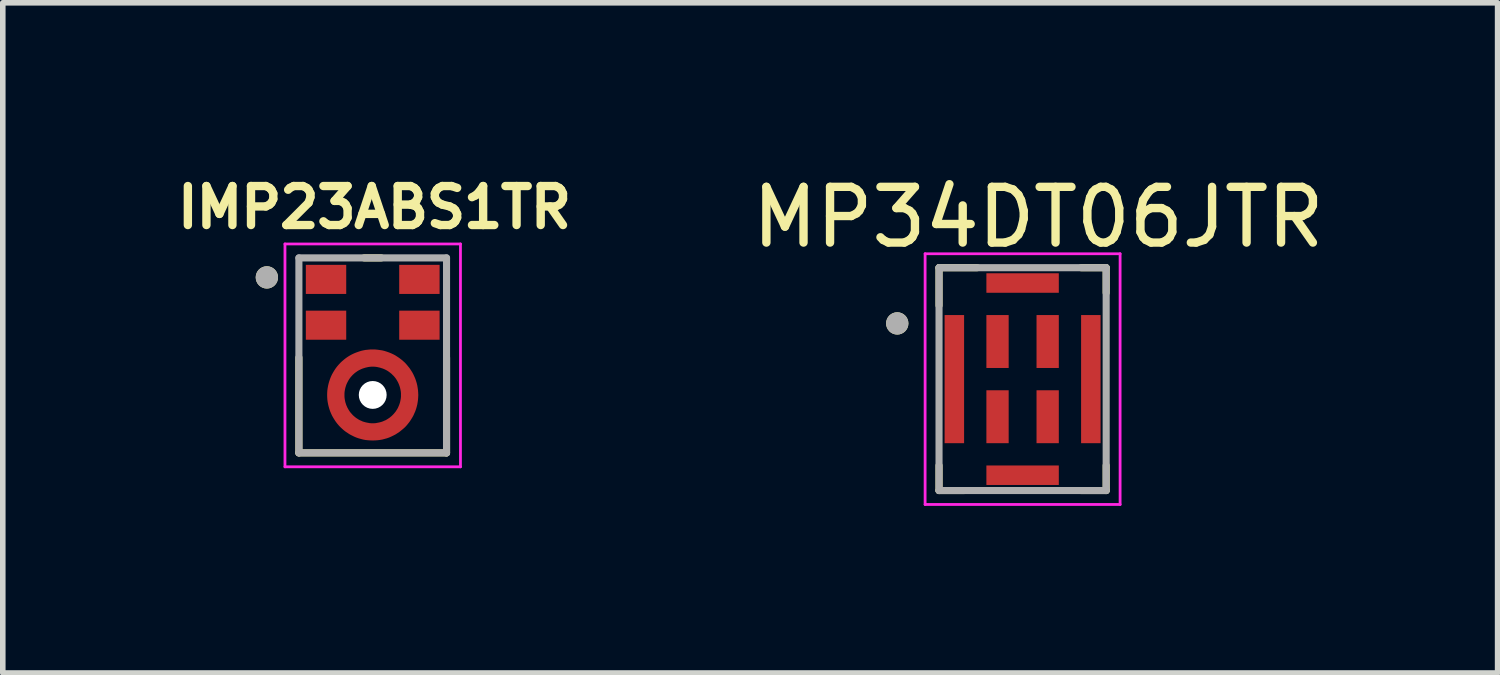
<source format=kicad_pcb>
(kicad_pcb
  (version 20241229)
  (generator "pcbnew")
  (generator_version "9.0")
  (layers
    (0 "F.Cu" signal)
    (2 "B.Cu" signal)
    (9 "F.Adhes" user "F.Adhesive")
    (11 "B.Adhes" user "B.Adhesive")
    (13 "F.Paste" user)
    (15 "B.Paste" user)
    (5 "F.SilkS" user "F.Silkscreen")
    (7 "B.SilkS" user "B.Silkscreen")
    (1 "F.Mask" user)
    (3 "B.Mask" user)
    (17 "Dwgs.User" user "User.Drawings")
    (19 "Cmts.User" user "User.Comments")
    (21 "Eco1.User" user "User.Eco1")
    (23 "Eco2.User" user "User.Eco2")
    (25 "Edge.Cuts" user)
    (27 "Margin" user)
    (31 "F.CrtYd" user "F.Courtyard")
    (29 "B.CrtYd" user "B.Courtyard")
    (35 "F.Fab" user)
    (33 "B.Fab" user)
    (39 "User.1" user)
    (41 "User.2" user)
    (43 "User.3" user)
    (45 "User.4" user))
  (footprint "MP34DT06JTR"
    (layer "F.Cu")
    (at 15.305 3.755)
    (property "Reference" "MP34DT06JTR" (at 0.282 -2.906 0) (layer "F.SilkS") (effects (font (size 1 1) (thickness 0.15))))
    (attr smd)
    (fp_line (start -1.5 -2) (end -1.5 -1.321) (stroke (width 0.127) (type solid)) (layer "F.SilkS"))
    (fp_line (start -1.5 2) (end -1.5 1.55) (stroke (width 0.127) (type solid)) (layer "F.SilkS"))
    (fp_line (start -1.5 2) (end -1.05 2) (stroke (width 0.127) (type solid)) (layer "F.SilkS"))
    (fp_line (start -0.813 -2) (end -1.5 -2) (stroke (width 0.127) (type solid)) (layer "F.SilkS"))
    (fp_line (start 1.05 -2) (end 1.5 -2) (stroke (width 0.127) (type solid)) (layer "F.SilkS"))
    (fp_line (start 1.5 -2) (end 1.5 -1.55) (stroke (width 0.127) (type solid)) (layer "F.SilkS"))
    (fp_line (start 1.5 2) (end 1.05 2) (stroke (width 0.127) (type solid)) (layer "F.SilkS"))
    (fp_line (start 1.5 2) (end 1.5 1.55) (stroke (width 0.127) (type solid)) (layer "F.SilkS"))
    (fp_circle (center -2.25 -1) (end -2.15 -1) (stroke (width 0.2) (type solid)) (fill no) (layer "F.SilkS"))
    (fp_line (start -1.75 -2.25) (end -1.75 2.25) (stroke (width 0.05) (type solid)) (layer "F.CrtYd"))
    (fp_line (start -1.75 2.25) (end 1.75 2.25) (stroke (width 0.05) (type solid)) (layer "F.CrtYd"))
    (fp_line (start 1.75 -2.25) (end -1.75 -2.25) (stroke (width 0.05) (type solid)) (layer "F.CrtYd"))
    (fp_line (start 1.75 2.25) (end 1.75 -2.25) (stroke (width 0.05) (type solid)) (layer "F.CrtYd"))
    (fp_line (start -1.5 -2) (end 1.5 -2) (stroke (width 0.127) (type solid)) (layer "F.Fab"))
    (fp_line (start -1.5 2) (end -1.5 -2) (stroke (width 0.127) (type solid)) (layer "F.Fab"))
    (fp_line (start 1.5 -2) (end 1.5 2) (stroke (width 0.127) (type solid)) (layer "F.Fab"))
    (fp_line (start 1.5 2) (end -1.5 2) (stroke (width 0.127) (type solid)) (layer "F.Fab"))
    (fp_circle (center -2.25 -1) (end -2.15 -1) (stroke (width 0.2) (type solid)) (fill no) (layer "F.Fab"))
    (pad "1" smd rect (at -0.45 -0.675 180) (size 0.4 0.95) (layers "F.Cu" "F.Mask" "F.Paste"))
    (pad "2" smd rect (at -0.45 0.675 180) (size 0.4 0.95) (layers "F.Cu" "F.Mask" "F.Paste"))
    (pad "3" smd rect (at 0.45 0.675 180) (size 0.4 0.95) (layers "F.Cu" "F.Mask" "F.Paste"))
    (pad "4" smd rect (at 0.45 -0.675 180) (size 0.4 0.95) (layers "F.Cu" "F.Mask" "F.Paste"))
    (pad "5" smd rect (at 1.225 0 180) (size 0.35 2.3) (layers "F.Cu" "F.Mask" "F.Paste"))
    (pad "6" smd rect (at 0 -1.725 180) (size 1.3 0.35) (layers "F.Cu" "F.Mask" "F.Paste"))
    (pad "7" smd rect (at -1.225 0 180) (size 0.35 2.3) (layers "F.Cu" "F.Mask" "F.Paste"))
    (pad "8" smd rect (at 0 1.725 180) (size 1.3 0.35) (layers "F.Cu" "F.Mask" "F.Paste")))
  (footprint "IMP23ABS1TR"
    (layer "F.Cu")
    (at 3.64 3.329)
    (property "Reference" "IMP23ABS1TR" (at 0.032 -2.656 0) (layer "F.SilkS") (effects (font (size 0.7 0.7) (thickness 0.15))))
    (attr smd)
    (fp_circle (center 0 0.71) (end 0.456 0.71) (stroke (width 0.912) (type solid)) (fill no) (layer "F.Mask"))
    (fp_line (start -1.325 1.75) (end -1.325 0.039) (stroke (width 0.127) (type solid)) (layer "F.SilkS"))
    (fp_line (start -0.155 -1.75) (end 0.155 -1.75) (stroke (width 0.127) (type solid)) (layer "F.SilkS"))
    (fp_line (start 1.325 0.039) (end 1.325 1.75) (stroke (width 0.127) (type solid)) (layer "F.SilkS"))
    (fp_line (start 1.325 1.75) (end -1.325 1.75) (stroke (width 0.127) (type solid)) (layer "F.SilkS"))
    (fp_circle (center -1.9 -1.4) (end -1.8 -1.4) (stroke (width 0.2) (type solid)) (fill no) (layer "F.SilkS"))
    (fp_poly (pts (xy -1.157 -1.594) (xy -0.517 -1.594) (xy -0.517 -1.134) (xy -1.157 -1.134)) (stroke (width 0.01) (type solid)) (fill yes) (layer "F.Paste"))
    (fp_poly (pts (xy -1.157 -0.772) (xy -0.517 -0.772) (xy -0.517 -0.312) (xy -1.157 -0.312)) (stroke (width 0.01) (type solid)) (fill yes) (layer "F.Paste"))
    (fp_poly (pts (xy 0.517 -1.594) (xy 1.157 -1.594) (xy 1.157 -1.134) (xy 0.517 -1.134)) (stroke (width 0.01) (type solid)) (fill yes) (layer "F.Paste"))
    (fp_poly (pts (xy 0.517 -0.772) (xy 1.157 -0.772) (xy 1.157 -0.312) (xy 0.517 -0.312)) (stroke (width 0.01) (type solid)) (fill yes) (layer "F.Paste"))
    (fp_poly (pts (xy -0.15 -0.087) (xy -0.15 0.222) (xy -0.172 0.229) (xy -0.192 0.236) (xy -0.212 0.244) (xy -0.232 0.253) (xy -0.252 0.263) (xy -0.27 0.274) (xy -0.289 0.286) (xy -0.307 0.298) (xy -0.324 0.311) (xy -0.341 0.325) (xy -0.357 0.34) (xy -0.372 0.355) (xy -0.387 0.371) (xy -0.401 0.388) (xy -0.415 0.405) (xy -0.427 0.423) (xy -0.439 0.441) (xy -0.45 0.46) (xy -0.46 0.479) (xy -0.469 0.499) (xy -0.478 0.519) (xy -0.485 0.54) (xy -0.492 0.56) (xy -0.498 0.581) (xy -0.503 0.603) (xy -0.506 0.624) (xy -0.509 0.646) (xy -0.511 0.667) (xy -0.512 0.689) (xy -0.512 0.71) (xy -0.512 0.731) (xy -0.511 0.753) (xy -0.509 0.774) (xy -0.506 0.796) (xy -0.503 0.817) (xy -0.498 0.839) (xy -0.492 0.86) (xy -0.485 0.88) (xy -0.478 0.901) (xy -0.469 0.921) (xy -0.46 0.941) (xy -0.45 0.96) (xy -0.439 0.979) (xy -0.427 0.997) (xy -0.415 1.015) (xy -0.401 1.032) (xy -0.387 1.049) (xy -0.372 1.065) (xy -0.357 1.08) (xy -0.341 1.095) (xy -0.324 1.109) (xy -0.307 1.122) (xy -0.289 1.134) (xy -0.27 1.146) (xy -0.252 1.157) (xy -0.232 1.167) (xy -0.212 1.176) (xy -0.192 1.184) (xy -0.172 1.191) (xy -0.15 1.198) (xy -0.15 1.507) (xy -0.183 1.5) (xy -0.22 1.491) (xy -0.255 1.48) (xy -0.291 1.468) (xy -0.326 1.454) (xy -0.36 1.438) (xy -0.393 1.421) (xy -0.426 1.402) (xy -0.457 1.382) (xy -0.488 1.36) (xy -0.517 1.337) (xy -0.546 1.313) (xy -0.573 1.287) (xy -0.599 1.26) (xy -0.624 1.232) (xy -0.647 1.203) (xy -0.669 1.172) (xy -0.69 1.141) (xy -0.709 1.109) (xy -0.727 1.076) (xy -0.743 1.042) (xy -0.757 1.007) (xy -0.77 0.972) (xy -0.781 0.936) (xy -0.791 0.9) (xy -0.799 0.863) (xy -0.805 0.826) (xy -0.809 0.789) (xy -0.812 0.751) (xy -0.813 0.71) (xy -0.812 0.669) (xy -0.809 0.631) (xy -0.805 0.594) (xy -0.799 0.557) (xy -0.791 0.52) (xy -0.781 0.484) (xy -0.77 0.448) (xy -0.757 0.413) (xy -0.743 0.378) (xy -0.727 0.344) (xy -0.709 0.311) (xy -0.69 0.279) (xy -0.669 0.248) (xy -0.647 0.217) (xy -0.624 0.188) (xy -0.599 0.16) (xy -0.573 0.133) (xy -0.546 0.107) (xy -0.517 0.083) (xy -0.488 0.06) (xy -0.457 0.038) (xy -0.426 0.018) (xy -0.393 -0.001) (xy -0.36 -0.018) (xy -0.326 -0.034) (xy -0.291 -0.048) (xy -0.255 -0.06) (xy -0.22 -0.071) (xy -0.183 -0.08) (xy -0.15 -0.087)) (stroke (width 0.01) (type solid)) (fill yes) (layer "F.Paste"))
    (fp_poly (pts (xy 0.15 -0.087) (xy 0.15 0.222) (xy 0.172 0.229) (xy 0.192 0.236) (xy 0.212 0.244) (xy 0.232 0.253) (xy 0.252 0.263) (xy 0.27 0.274) (xy 0.289 0.286) (xy 0.307 0.298) (xy 0.324 0.311) (xy 0.341 0.325) (xy 0.357 0.34) (xy 0.372 0.355) (xy 0.387 0.371) (xy 0.401 0.388) (xy 0.415 0.405) (xy 0.427 0.423) (xy 0.439 0.441) (xy 0.45 0.46) (xy 0.46 0.479) (xy 0.469 0.499) (xy 0.478 0.519) (xy 0.485 0.54) (xy 0.492 0.56) (xy 0.498 0.581) (xy 0.503 0.603) (xy 0.506 0.624) (xy 0.509 0.646) (xy 0.511 0.667) (xy 0.512 0.689) (xy 0.512 0.71) (xy 0.512 0.731) (xy 0.511 0.753) (xy 0.509 0.774) (xy 0.506 0.796) (xy 0.503 0.817) (xy 0.498 0.839) (xy 0.492 0.86) (xy 0.485 0.88) (xy 0.478 0.901) (xy 0.469 0.921) (xy 0.46 0.941) (xy 0.45 0.96) (xy 0.439 0.979) (xy 0.427 0.997) (xy 0.415 1.015) (xy 0.401 1.032) (xy 0.387 1.049) (xy 0.372 1.065) (xy 0.357 1.08) (xy 0.341 1.095) (xy 0.324 1.109) (xy 0.307 1.122) (xy 0.289 1.134) (xy 0.27 1.146) (xy 0.252 1.157) (xy 0.232 1.167) (xy 0.212 1.176) (xy 0.192 1.184) (xy 0.172 1.191) (xy 0.15 1.198) (xy 0.15 1.507) (xy 0.183 1.5) (xy 0.22 1.491) (xy 0.255 1.48) (xy 0.291 1.468) (xy 0.326 1.454) (xy 0.36 1.438) (xy 0.393 1.421) (xy 0.426 1.402) (xy 0.457 1.382) (xy 0.488 1.36) (xy 0.517 1.337) (xy 0.546 1.313) (xy 0.573 1.287) (xy 0.599 1.26) (xy 0.624 1.232) (xy 0.647 1.203) (xy 0.669 1.172) (xy 0.69 1.141) (xy 0.709 1.109) (xy 0.727 1.076) (xy 0.743 1.042) (xy 0.757 1.007) (xy 0.77 0.972) (xy 0.781 0.936) (xy 0.791 0.9) (xy 0.799 0.863) (xy 0.805 0.826) (xy 0.809 0.789) (xy 0.812 0.751) (xy 0.813 0.71) (xy 0.812 0.669) (xy 0.809 0.631) (xy 0.805 0.594) (xy 0.799 0.557) (xy 0.791 0.52) (xy 0.781 0.484) (xy 0.77 0.448) (xy 0.757 0.413) (xy 0.743 0.378) (xy 0.727 0.344) (xy 0.709 0.311) (xy 0.69 0.279) (xy 0.669 0.248) (xy 0.647 0.217) (xy 0.624 0.188) (xy 0.599 0.16) (xy 0.573 0.133) (xy 0.546 0.107) (xy 0.517 0.083) (xy 0.488 0.06) (xy 0.457 0.038) (xy 0.426 0.018) (xy 0.393 -0.001) (xy 0.36 -0.018) (xy 0.326 -0.034) (xy 0.291 -0.048) (xy 0.255 -0.06) (xy 0.22 -0.071) (xy 0.183 -0.08) (xy 0.15 -0.087)) (stroke (width 0.01) (type solid)) (fill yes) (layer "F.Paste"))
    (fp_line (start -1.575 -2) (end 1.575 -2) (stroke (width 0.05) (type solid)) (layer "F.CrtYd"))
    (fp_line (start -1.575 2) (end -1.575 -2) (stroke (width 0.05) (type solid)) (layer "F.CrtYd"))
    (fp_line (start 1.575 -2) (end 1.575 2) (stroke (width 0.05) (type solid)) (layer "F.CrtYd"))
    (fp_line (start 1.575 2) (end -1.575 2) (stroke (width 0.05) (type solid)) (layer "F.CrtYd"))
    (fp_line (start -1.325 -1.75) (end 1.325 -1.75) (stroke (width 0.127) (type solid)) (layer "F.Fab"))
    (fp_line (start -1.325 1.75) (end -1.325 -1.75) (stroke (width 0.127) (type solid)) (layer "F.Fab"))
    (fp_line (start 1.325 -1.75) (end 1.325 1.75) (stroke (width 0.127) (type solid)) (layer "F.Fab"))
    (fp_line (start 1.325 1.75) (end -1.325 1.75) (stroke (width 0.127) (type solid)) (layer "F.Fab"))
    (fp_circle (center -1.9 -1.4) (end -1.8 -1.4) (stroke (width 0.2) (type solid)) (fill no) (layer "F.Fab"))
    (pad "" np_thru_hole circle (at 0 0.71) (size 0.5 0.5) (drill 0.5) (layers "*.Cu" "*.Mask"))
    (pad "1" smd rect (at -0.838 -1.364) (size 0.725 0.522) (layers "F.Cu" "F.Mask"))
    (pad "2" smd rect (at -0.838 -0.542) (size 0.725 0.522) (layers "F.Cu" "F.Mask"))
    (pad "3" smd custom (at 0 1.373) (size 0.1 0.1) (layers "F.Cu") (options (anchor rect)) (primitives (gr_poly (pts (xy -0.813 -0.66) (xy -0.512 -0.659) (xy -0.512 -0.634) (xy -0.51 -0.608) (xy -0.506 -0.582) (xy -0.501 -0.554) (xy -0.495 -0.528) (xy -0.487 -0.503) (xy -0.479 -0.478) (xy -0.468 -0.454) (xy -0.457 -0.429) (xy -0.444 -0.406) (xy -0.43 -0.383) (xy -0.415 -0.36) (xy -0.399 -0.34) (xy -0.381 -0.32) (xy -0.363 -0.299) (xy -0.343 -0.281) (xy -0.323 -0.264) (xy -0.302 -0.247) (xy -0.28 -0.233) (xy -0.257 -0.218) (xy -0.233 -0.205) (xy -0.209 -0.195) (xy -0.184 -0.183) (xy -0.159 -0.175) (xy -0.134 -0.168) (xy -0.108 -0.162) (xy -0.081 -0.157) (xy -0.055 -0.152) (xy -0.028 -0.15) (xy 0 -0.15) (xy 0.027 -0.15) (xy 0.054 -0.152) (xy 0.08 -0.157) (xy 0.107 -0.162) (xy 0.133 -0.168) (xy 0.158 -0.175) (xy 0.184 -0.184) (xy 0.208 -0.195) (xy 0.233 -0.205) (xy 0.256 -0.218) (xy 0.279 -0.233) (xy 0.301 -0.247) (xy 0.323 -0.265) (xy 0.343 -0.281) (xy 0.362 -0.3) (xy 0.381 -0.32) (xy 0.398 -0.34) (xy 0.415 -0.361) (xy 0.43 -0.384) (xy 0.444 -0.406) (xy 0.457 -0.429) (xy 0.468 -0.455) (xy 0.478 -0.478) (xy 0.487 -0.504) (xy 0.495 -0.529) (xy 0.501 -0.555) (xy 0.506 -0.583) (xy 0.51 -0.609) (xy 0.512 -0.635) (xy 0.512 -0.662) (xy 0.512 -0.69) (xy 0.51 -0.717) (xy 0.506 -0.743) (xy 0.501 -0.769) (xy 0.495 -0.795) (xy 0.487 -0.821) (xy 0.478 -0.847) (xy 0.468 -0.871) (xy 0.457 -0.895) (xy 0.444 -0.918) (xy 0.43 -0.942) (xy 0.415 -0.964) (xy 0.398 -0.986) (xy 0.381 -1.006) (xy 0.362 -1.024) (xy 0.343 -1.044) (xy 0.323 -1.06) (xy 0.301 -1.077) (xy 0.279 -1.093) (xy 0.256 -1.107) (xy 0.233 -1.119) (xy 0.208 -1.131) (xy 0.184 -1.141) (xy 0.158 -1.149) (xy 0.133 -1.157) (xy 0.107 -1.163) (xy 0.08 -1.169) (xy 0.054 -1.173) (xy 0.027 -1.175) (xy 0 -1.175) (xy -0.028 -1.175) (xy -0.055 -1.173) (xy -0.081 -1.169) (xy -0.108 -1.163) (xy -0.134 -1.157) (xy -0.159 -1.149) (xy -0.184 -1.141) (xy -0.209 -1.131) (xy -0.233 -1.119) (xy -0.257 -1.107) (xy -0.28 -1.093) (xy -0.302 -1.077) (xy -0.323 -1.062) (xy -0.343 -1.044) (xy -0.363 -1.026) (xy -0.381 -1.006) (xy -0.399 -0.986) (xy -0.415 -0.965) (xy -0.43 -0.943) (xy -0.444 -0.919) (xy -0.457 -0.895) (xy -0.468 -0.872) (xy -0.479 -0.847) (xy -0.487 -0.822) (xy -0.495 -0.796) (xy -0.501 -0.77) (xy -0.506 -0.744) (xy -0.51 -0.718) (xy -0.512 -0.691) (xy -0.512 -0.664) (xy -0.813 -0.664) (xy -0.812 -0.706) (xy -0.809 -0.749) (xy -0.803 -0.79) (xy -0.795 -0.833) (xy -0.785 -0.874) (xy -0.773 -0.914) (xy -0.759 -0.955) (xy -0.743 -0.994) (xy -0.725 -1.032) (xy -0.704 -1.069) (xy -0.682 -1.105) (xy -0.658 -1.141) (xy -0.632 -1.175) (xy -0.605 -1.206) (xy -0.575 -1.238) (xy -0.545 -1.266) (xy -0.512 -1.294) (xy -0.478 -1.321) (xy -0.443 -1.345) (xy -0.407 -1.367) (xy -0.37 -1.387) (xy -0.332 -1.405) (xy -0.292 -1.421) (xy -0.252 -1.435) (xy -0.212 -1.448) (xy -0.17 -1.458) (xy -0.128 -1.466) (xy -0.086 -1.47) (xy -0.044 -1.474) (xy 0 -1.474) (xy 0.043 -1.474) (xy 0.085 -1.47) (xy 0.127 -1.464) (xy 0.169 -1.458) (xy 0.21 -1.448) (xy 0.251 -1.435) (xy 0.291 -1.421) (xy 0.33 -1.405) (xy 0.369 -1.387) (xy 0.406 -1.367) (xy 0.443 -1.343) (xy 0.478 -1.319) (xy 0.511 -1.294) (xy 0.544 -1.266) (xy 0.575 -1.238) (xy 0.604 -1.206) (xy 0.631 -1.173) (xy 0.657 -1.141) (xy 0.681 -1.105) (xy 0.704 -1.069) (xy 0.724 -1.032) (xy 0.742 -0.993) (xy 0.759 -0.954) (xy 0.773 -0.913) (xy 0.785 -0.873) (xy 0.795 -0.832) (xy 0.802 -0.789) (xy 0.808 -0.748) (xy 0.811 -0.706) (xy 0.813 -0.662) (xy 0.811 -0.62) (xy 0.808 -0.578) (xy 0.802 -0.535) (xy 0.795 -0.493) (xy 0.785 -0.453) (xy 0.773 -0.411) (xy 0.759 -0.371) (xy 0.742 -0.333) (xy 0.724 -0.293) (xy 0.704 -0.257) (xy 0.681 -0.22) (xy 0.657 -0.184) (xy 0.631 -0.151) (xy 0.604 -0.118) (xy 0.575 -0.087) (xy 0.544 -0.059) (xy 0.511 -0.032) (xy 0.478 -0.005) (xy 0.443 0.018) (xy 0.406 0.042) (xy 0.369 0.061) (xy 0.33 0.08) (xy 0.291 0.097) (xy 0.251 0.111) (xy 0.21 0.122) (xy 0.169 0.133) (xy 0.127 0.14) (xy 0.085 0.145) (xy 0.043 0.148) (xy 0 0.149) (xy -0.044 0.148) (xy -0.086 0.145) (xy -0.128 0.141) (xy -0.17 0.133) (xy -0.212 0.122) (xy -0.252 0.111) (xy -0.292 0.097) (xy -0.332 0.08) (xy -0.37 0.061) (xy -0.407 0.042) (xy -0.443 0.019) (xy -0.478 -0.004) (xy -0.512 -0.03) (xy -0.545 -0.059) (xy -0.575 -0.087) (xy -0.605 -0.118) (xy -0.632 -0.15) (xy -0.658 -0.184) (xy -0.682 -0.22) (xy -0.704 -0.256) (xy -0.725 -0.293) (xy -0.743 -0.332) (xy -0.759 -0.37) (xy -0.773 -0.41) (xy -0.785 -0.452) (xy -0.795 -0.492) (xy -0.803 -0.534) (xy -0.809 -0.577) (xy -0.812 -0.62) (xy -0.813 -0.659) (xy -0.813 -0.66)) (width 0.01) (fill yes))))
    (pad "4" smd rect (at 0.838 -0.542) (size 0.725 0.522) (layers "F.Cu" "F.Mask"))
    (pad "5" smd rect (at 0.838 -1.364) (size 0.725 0.522) (layers "F.Cu" "F.Mask")))
  (gr_rect
    (start -3 -3)
    (end 23.831 9.03)
    (stroke (width 0.1) (type default))
    (fill no)
    (layer "Edge.Cuts")))
</source>
